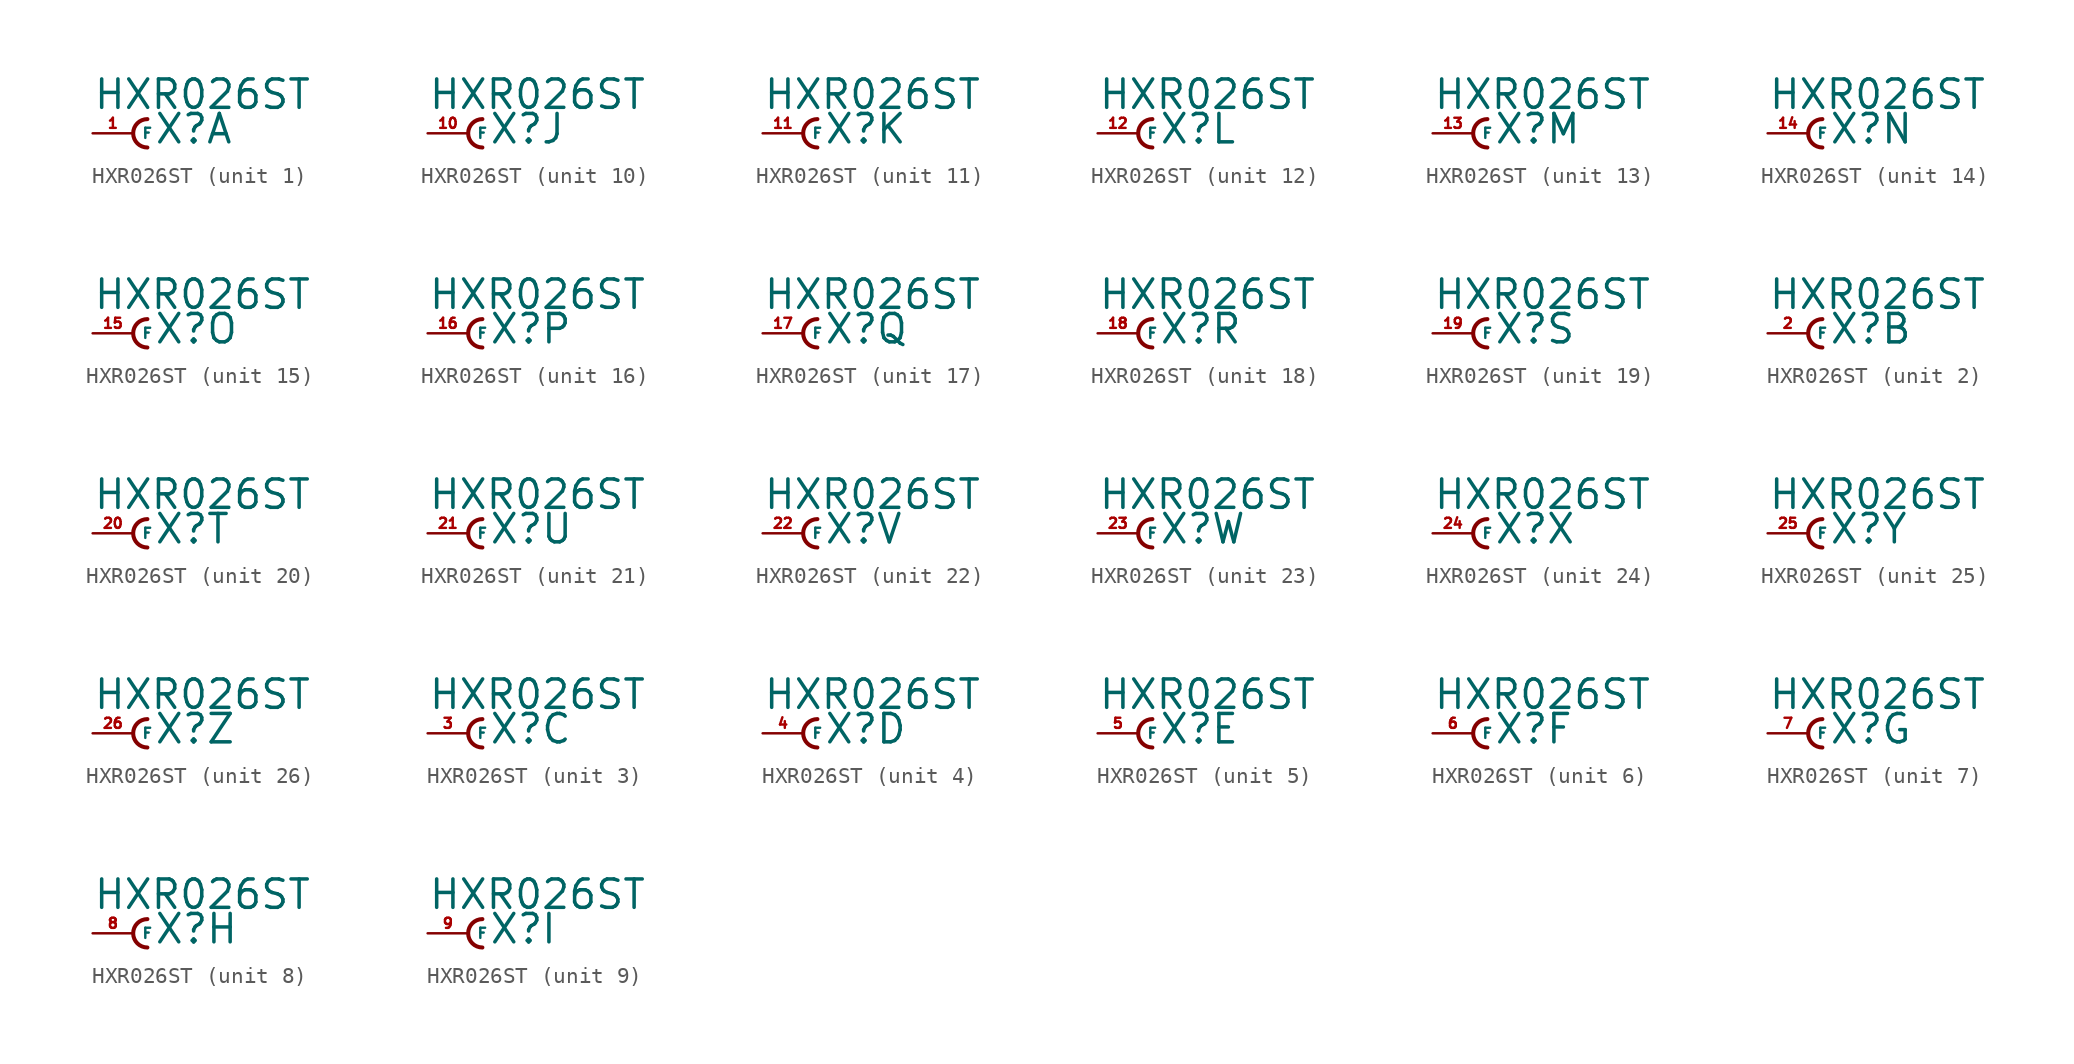
<source format=kicad_sym>
(kicad_symbol_lib
  (version 20220914)
  (generator Eagle2Kicad)
  (symbol "HXR026ST"
    (property "Reference" "X"
      (at 1.27 -0.762 0)
      (effects (font (size 1.778 1.778) (thickness 0.22)) (justify left bottom)))
    (property "Value" "HXR026ST"
      (at -2.54 1.397 0)
      (effects (font (size 1.778 1.778) (thickness 0.22)) (justify left bottom)))
    (symbol "HXR026ST_1_0"
      (arc (start 0.889 0.889) (mid 0.000 0.000) (end 0.889 -0.889) (stroke (width 0.254) (type default)) (fill (type none)))
      (pin passive line (at -2.54 0 0) (length 2.54) (name "F" (effects (font (size 0.635 0.635) (thickness 0.08)) (justify left bottom))) (number "1" (effects (font (size 0.635 0.635) (thickness 0.08)) (justify left bottom)))))
    (symbol "HXR026ST_2_0"
      (arc (start 0.889 0.889) (mid 0.000 0.000) (end 0.889 -0.889) (stroke (width 0.254) (type default)) (fill (type none)))
      (pin passive line (at -2.54 0 0) (length 2.54) (name "F" (effects (font (size 0.635 0.635) (thickness 0.08)) (justify left bottom))) (number "2" (effects (font (size 0.635 0.635) (thickness 0.08)) (justify left bottom)))))
    (symbol "HXR026ST_3_0"
      (arc (start 0.889 0.889) (mid 0.000 0.000) (end 0.889 -0.889) (stroke (width 0.254) (type default)) (fill (type none)))
      (pin passive line (at -2.54 0 0) (length 2.54) (name "F" (effects (font (size 0.635 0.635) (thickness 0.08)) (justify left bottom))) (number "3" (effects (font (size 0.635 0.635) (thickness 0.08)) (justify left bottom)))))
    (symbol "HXR026ST_4_0"
      (arc (start 0.889 0.889) (mid 0.000 0.000) (end 0.889 -0.889) (stroke (width 0.254) (type default)) (fill (type none)))
      (pin passive line (at -2.54 0 0) (length 2.54) (name "F" (effects (font (size 0.635 0.635) (thickness 0.08)) (justify left bottom))) (number "4" (effects (font (size 0.635 0.635) (thickness 0.08)) (justify left bottom)))))
    (symbol "HXR026ST_5_0"
      (arc (start 0.889 0.889) (mid 0.000 0.000) (end 0.889 -0.889) (stroke (width 0.254) (type default)) (fill (type none)))
      (pin passive line (at -2.54 0 0) (length 2.54) (name "F" (effects (font (size 0.635 0.635) (thickness 0.08)) (justify left bottom))) (number "5" (effects (font (size 0.635 0.635) (thickness 0.08)) (justify left bottom)))))
    (symbol "HXR026ST_6_0"
      (arc (start 0.889 0.889) (mid 0.000 0.000) (end 0.889 -0.889) (stroke (width 0.254) (type default)) (fill (type none)))
      (pin passive line (at -2.54 0 0) (length 2.54) (name "F" (effects (font (size 0.635 0.635) (thickness 0.08)) (justify left bottom))) (number "6" (effects (font (size 0.635 0.635) (thickness 0.08)) (justify left bottom)))))
    (symbol "HXR026ST_7_0"
      (arc (start 0.889 0.889) (mid 0.000 0.000) (end 0.889 -0.889) (stroke (width 0.254) (type default)) (fill (type none)))
      (pin passive line (at -2.54 0 0) (length 2.54) (name "F" (effects (font (size 0.635 0.635) (thickness 0.08)) (justify left bottom))) (number "7" (effects (font (size 0.635 0.635) (thickness 0.08)) (justify left bottom)))))
    (symbol "HXR026ST_8_0"
      (arc (start 0.889 0.889) (mid 0.000 0.000) (end 0.889 -0.889) (stroke (width 0.254) (type default)) (fill (type none)))
      (pin passive line (at -2.54 0 0) (length 2.54) (name "F" (effects (font (size 0.635 0.635) (thickness 0.08)) (justify left bottom))) (number "8" (effects (font (size 0.635 0.635) (thickness 0.08)) (justify left bottom)))))
    (symbol "HXR026ST_9_0"
      (arc (start 0.889 0.889) (mid 0.000 0.000) (end 0.889 -0.889) (stroke (width 0.254) (type default)) (fill (type none)))
      (pin passive line (at -2.54 0 0) (length 2.54) (name "F" (effects (font (size 0.635 0.635) (thickness 0.08)) (justify left bottom))) (number "9" (effects (font (size 0.635 0.635) (thickness 0.08)) (justify left bottom)))))
    (symbol "HXR026ST_10_0"
      (arc (start 0.889 0.889) (mid 0.000 0.000) (end 0.889 -0.889) (stroke (width 0.254) (type default)) (fill (type none)))
      (pin passive line (at -2.54 0 0) (length 2.54) (name "F" (effects (font (size 0.635 0.635) (thickness 0.08)) (justify left bottom))) (number "10" (effects (font (size 0.635 0.635) (thickness 0.08)) (justify left bottom)))))
    (symbol "HXR026ST_11_0"
      (arc (start 0.889 0.889) (mid 0.000 0.000) (end 0.889 -0.889) (stroke (width 0.254) (type default)) (fill (type none)))
      (pin passive line (at -2.54 0 0) (length 2.54) (name "F" (effects (font (size 0.635 0.635) (thickness 0.08)) (justify left bottom))) (number "11" (effects (font (size 0.635 0.635) (thickness 0.08)) (justify left bottom)))))
    (symbol "HXR026ST_12_0"
      (arc (start 0.889 0.889) (mid 0.000 0.000) (end 0.889 -0.889) (stroke (width 0.254) (type default)) (fill (type none)))
      (pin passive line (at -2.54 0 0) (length 2.54) (name "F" (effects (font (size 0.635 0.635) (thickness 0.08)) (justify left bottom))) (number "12" (effects (font (size 0.635 0.635) (thickness 0.08)) (justify left bottom)))))
    (symbol "HXR026ST_13_0"
      (arc (start 0.889 0.889) (mid 0.000 0.000) (end 0.889 -0.889) (stroke (width 0.254) (type default)) (fill (type none)))
      (pin passive line (at -2.54 0 0) (length 2.54) (name "F" (effects (font (size 0.635 0.635) (thickness 0.08)) (justify left bottom))) (number "13" (effects (font (size 0.635 0.635) (thickness 0.08)) (justify left bottom)))))
    (symbol "HXR026ST_14_0"
      (arc (start 0.889 0.889) (mid 0.000 0.000) (end 0.889 -0.889) (stroke (width 0.254) (type default)) (fill (type none)))
      (pin passive line (at -2.54 0 0) (length 2.54) (name "F" (effects (font (size 0.635 0.635) (thickness 0.08)) (justify left bottom))) (number "14" (effects (font (size 0.635 0.635) (thickness 0.08)) (justify left bottom)))))
    (symbol "HXR026ST_15_0"
      (arc (start 0.889 0.889) (mid 0.000 0.000) (end 0.889 -0.889) (stroke (width 0.254) (type default)) (fill (type none)))
      (pin passive line (at -2.54 0 0) (length 2.54) (name "F" (effects (font (size 0.635 0.635) (thickness 0.08)) (justify left bottom))) (number "15" (effects (font (size 0.635 0.635) (thickness 0.08)) (justify left bottom)))))
    (symbol "HXR026ST_16_0"
      (arc (start 0.889 0.889) (mid 0.000 0.000) (end 0.889 -0.889) (stroke (width 0.254) (type default)) (fill (type none)))
      (pin passive line (at -2.54 0 0) (length 2.54) (name "F" (effects (font (size 0.635 0.635) (thickness 0.08)) (justify left bottom))) (number "16" (effects (font (size 0.635 0.635) (thickness 0.08)) (justify left bottom)))))
    (symbol "HXR026ST_17_0"
      (arc (start 0.889 0.889) (mid 0.000 0.000) (end 0.889 -0.889) (stroke (width 0.254) (type default)) (fill (type none)))
      (pin passive line (at -2.54 0 0) (length 2.54) (name "F" (effects (font (size 0.635 0.635) (thickness 0.08)) (justify left bottom))) (number "17" (effects (font (size 0.635 0.635) (thickness 0.08)) (justify left bottom)))))
    (symbol "HXR026ST_18_0"
      (arc (start 0.889 0.889) (mid 0.000 0.000) (end 0.889 -0.889) (stroke (width 0.254) (type default)) (fill (type none)))
      (pin passive line (at -2.54 0 0) (length 2.54) (name "F" (effects (font (size 0.635 0.635) (thickness 0.08)) (justify left bottom))) (number "18" (effects (font (size 0.635 0.635) (thickness 0.08)) (justify left bottom)))))
    (symbol "HXR026ST_19_0"
      (arc (start 0.889 0.889) (mid 0.000 0.000) (end 0.889 -0.889) (stroke (width 0.254) (type default)) (fill (type none)))
      (pin passive line (at -2.54 0 0) (length 2.54) (name "F" (effects (font (size 0.635 0.635) (thickness 0.08)) (justify left bottom))) (number "19" (effects (font (size 0.635 0.635) (thickness 0.08)) (justify left bottom)))))
    (symbol "HXR026ST_20_0"
      (arc (start 0.889 0.889) (mid 0.000 0.000) (end 0.889 -0.889) (stroke (width 0.254) (type default)) (fill (type none)))
      (pin passive line (at -2.54 0 0) (length 2.54) (name "F" (effects (font (size 0.635 0.635) (thickness 0.08)) (justify left bottom))) (number "20" (effects (font (size 0.635 0.635) (thickness 0.08)) (justify left bottom)))))
    (symbol "HXR026ST_21_0"
      (arc (start 0.889 0.889) (mid 0.000 0.000) (end 0.889 -0.889) (stroke (width 0.254) (type default)) (fill (type none)))
      (pin passive line (at -2.54 0 0) (length 2.54) (name "F" (effects (font (size 0.635 0.635) (thickness 0.08)) (justify left bottom))) (number "21" (effects (font (size 0.635 0.635) (thickness 0.08)) (justify left bottom)))))
    (symbol "HXR026ST_22_0"
      (arc (start 0.889 0.889) (mid 0.000 0.000) (end 0.889 -0.889) (stroke (width 0.254) (type default)) (fill (type none)))
      (pin passive line (at -2.54 0 0) (length 2.54) (name "F" (effects (font (size 0.635 0.635) (thickness 0.08)) (justify left bottom))) (number "22" (effects (font (size 0.635 0.635) (thickness 0.08)) (justify left bottom)))))
    (symbol "HXR026ST_23_0"
      (arc (start 0.889 0.889) (mid 0.000 0.000) (end 0.889 -0.889) (stroke (width 0.254) (type default)) (fill (type none)))
      (pin passive line (at -2.54 0 0) (length 2.54) (name "F" (effects (font (size 0.635 0.635) (thickness 0.08)) (justify left bottom))) (number "23" (effects (font (size 0.635 0.635) (thickness 0.08)) (justify left bottom)))))
    (symbol "HXR026ST_24_0"
      (arc (start 0.889 0.889) (mid 0.000 0.000) (end 0.889 -0.889) (stroke (width 0.254) (type default)) (fill (type none)))
      (pin passive line (at -2.54 0 0) (length 2.54) (name "F" (effects (font (size 0.635 0.635) (thickness 0.08)) (justify left bottom))) (number "24" (effects (font (size 0.635 0.635) (thickness 0.08)) (justify left bottom)))))
    (symbol "HXR026ST_25_0"
      (arc (start 0.889 0.889) (mid 0.000 0.000) (end 0.889 -0.889) (stroke (width 0.254) (type default)) (fill (type none)))
      (pin passive line (at -2.54 0 0) (length 2.54) (name "F" (effects (font (size 0.635 0.635) (thickness 0.08)) (justify left bottom))) (number "25" (effects (font (size 0.635 0.635) (thickness 0.08)) (justify left bottom)))))
    (symbol "HXR026ST_26_0"
      (arc (start 0.889 0.889) (mid 0.000 0.000) (end 0.889 -0.889) (stroke (width 0.254) (type default)) (fill (type none)))
      (pin passive line (at -2.54 0 0) (length 2.54) (name "F" (effects (font (size 0.635 0.635) (thickness 0.08)) (justify left bottom))) (number "26" (effects (font (size 0.635 0.635) (thickness 0.08)) (justify left bottom)))))))
</source>
